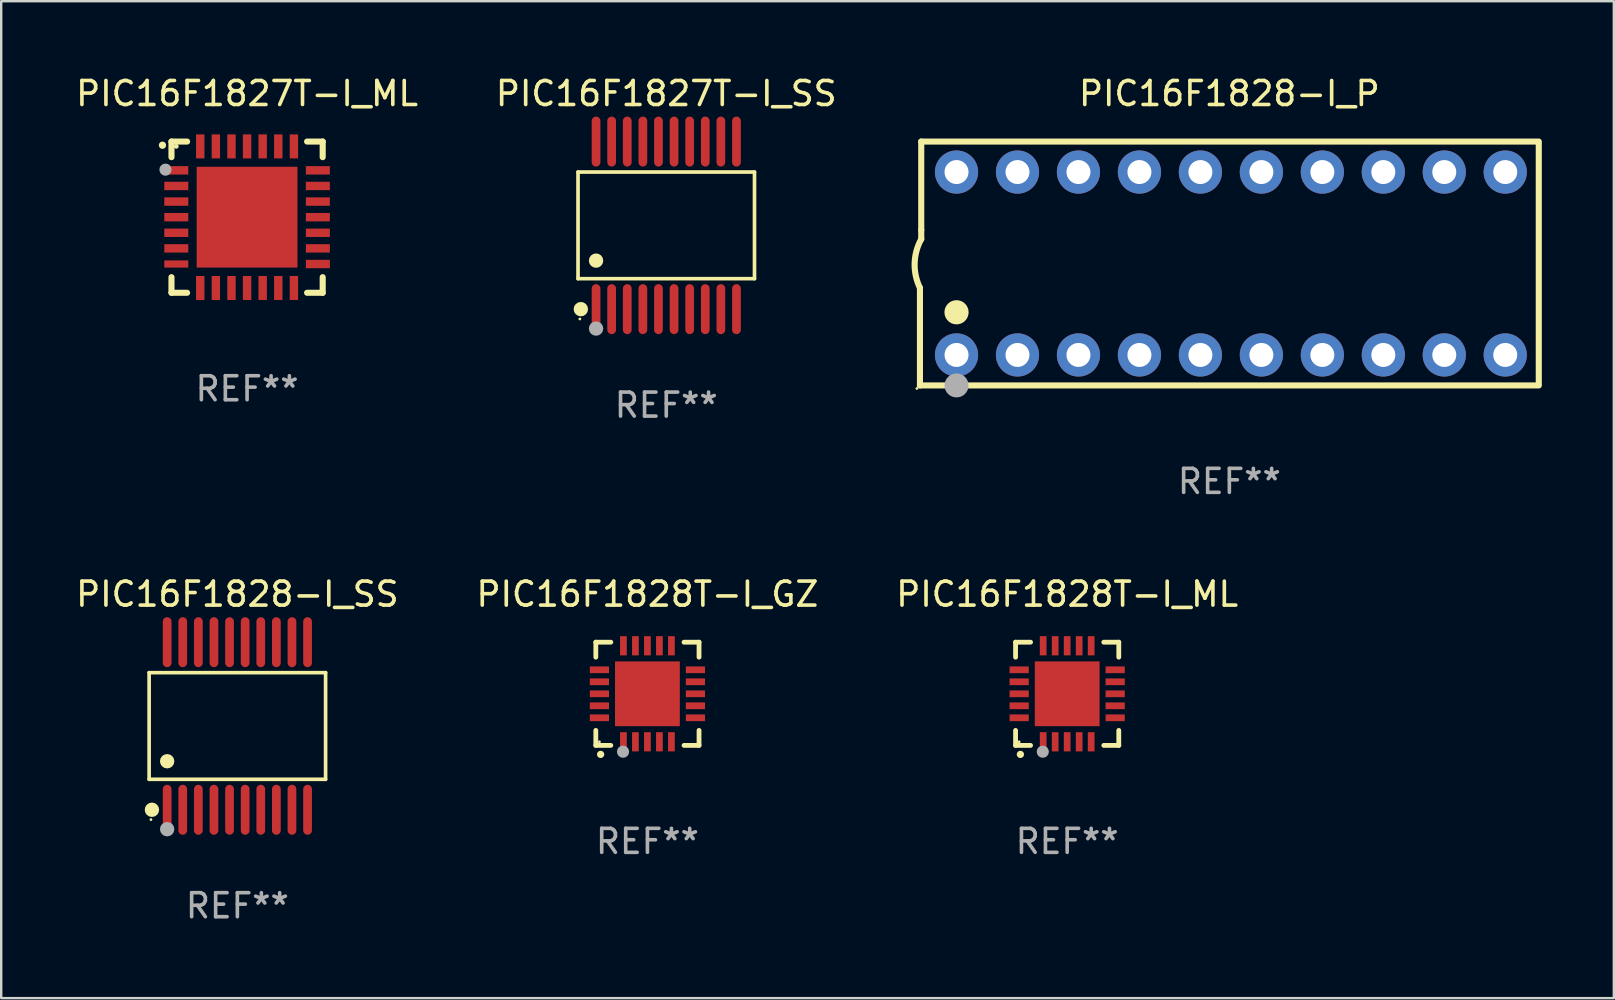
<source format=kicad_pcb>
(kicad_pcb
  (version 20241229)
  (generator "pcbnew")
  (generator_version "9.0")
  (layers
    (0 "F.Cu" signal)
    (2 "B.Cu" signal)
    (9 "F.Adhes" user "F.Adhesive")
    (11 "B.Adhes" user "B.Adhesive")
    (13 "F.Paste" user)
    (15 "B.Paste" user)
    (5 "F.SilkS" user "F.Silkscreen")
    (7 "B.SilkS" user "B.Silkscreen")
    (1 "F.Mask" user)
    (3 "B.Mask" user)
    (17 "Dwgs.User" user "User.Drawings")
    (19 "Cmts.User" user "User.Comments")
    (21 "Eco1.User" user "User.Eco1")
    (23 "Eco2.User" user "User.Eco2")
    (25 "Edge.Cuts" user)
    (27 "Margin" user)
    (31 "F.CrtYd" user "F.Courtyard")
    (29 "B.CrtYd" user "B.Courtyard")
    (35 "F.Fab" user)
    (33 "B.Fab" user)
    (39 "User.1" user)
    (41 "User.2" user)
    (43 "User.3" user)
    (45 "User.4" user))
  (footprint "PIC16F1828T-I_GZ"
    (layer "F.Cu")
    (at 23.923 25.855)
    (property "Reference" "PIC16F1828T-I_GZ" (at 0 -4.15 0) (layer "F.SilkS") (effects (font (size 1 1) (thickness 0.15))))
    (attr through_hole)
    (fp_line (start -2.15 -2.15) (end -2.15 -1.525) (stroke (width 0.2) (type solid)) (layer "F.SilkS"))
    (fp_line (start -2.15 2.15) (end -2.15 1.525) (stroke (width 0.2) (type solid)) (layer "F.SilkS"))
    (fp_line (start -1.525 -2.15) (end -2.15 -2.15) (stroke (width 0.2) (type solid)) (layer "F.SilkS"))
    (fp_line (start -1.525 2.15) (end -2.15 2.15) (stroke (width 0.2) (type solid)) (layer "F.SilkS"))
    (fp_line (start 1.525 2.15) (end 2.15 2.15) (stroke (width 0.2) (type solid)) (layer "F.SilkS"))
    (fp_line (start 2.15 -2.15) (end 1.525 -2.15) (stroke (width 0.2) (type solid)) (layer "F.SilkS"))
    (fp_line (start 2.15 -1.525) (end 2.15 -2.15) (stroke (width 0.2) (type solid)) (layer "F.SilkS"))
    (fp_line (start 2.15 2.15) (end 2.15 1.525) (stroke (width 0.2) (type solid)) (layer "F.SilkS"))
    (fp_arc (start -1.950724 2.524765) (mid -1.949454 2.52476) (end -1.948184 2.524765) (stroke (width 0.3) (type solid)) (layer "F.SilkS"))
    (fp_circle (center -2 2) (end -1.97 2) (stroke (width 0.06) (type solid)) (fill no) (layer "F.SilkS"))
    (fp_circle (center -1.016 2.413) (end -0.889 2.413) (stroke (width 0.254) (type solid)) (fill no) (layer "F.Fab"))
    (fp_text user "REF**" (at 0 6.15 0) (layer "F.Fab") (effects (font (size 1 1) (thickness 0.15))))
    (pad "1" smd rect (at -1 2 180) (size 0.28 0.8) (layers "F.Cu" "F.Mask" "F.Paste"))
    (pad "2" smd rect (at -0.5 2 180) (size 0.28 0.8) (layers "F.Cu" "F.Mask" "F.Paste"))
    (pad "3" smd rect (at 0 2 180) (size 0.28 0.8) (layers "F.Cu" "F.Mask" "F.Paste"))
    (pad "4" smd rect (at 0.5 2 180) (size 0.28 0.8) (layers "F.Cu" "F.Mask" "F.Paste"))
    (pad "5" smd rect (at 1 2 180) (size 0.28 0.8) (layers "F.Cu" "F.Mask" "F.Paste"))
    (pad "6" smd rect (at 2 1 90) (size 0.28 0.8) (layers "F.Cu" "F.Mask" "F.Paste"))
    (pad "7" smd rect (at 2 0.5 90) (size 0.28 0.8) (layers "F.Cu" "F.Mask" "F.Paste"))
    (pad "8" smd rect (at 2 0 90) (size 0.28 0.8) (layers "F.Cu" "F.Mask" "F.Paste"))
    (pad "9" smd rect (at 2 -0.5 90) (size 0.28 0.8) (layers "F.Cu" "F.Mask" "F.Paste"))
    (pad "10" smd rect (at 2 -1 90) (size 0.28 0.8) (layers "F.Cu" "F.Mask" "F.Paste"))
    (pad "11" smd rect (at 1 -2 180) (size 0.28 0.8) (layers "F.Cu" "F.Mask" "F.Paste"))
    (pad "12" smd rect (at 0.5 -2 180) (size 0.28 0.8) (layers "F.Cu" "F.Mask" "F.Paste"))
    (pad "13" smd rect (at 0 -2 180) (size 0.28 0.8) (layers "F.Cu" "F.Mask" "F.Paste"))
    (pad "14" smd rect (at -0.5 -2 180) (size 0.28 0.8) (layers "F.Cu" "F.Mask" "F.Paste"))
    (pad "15" smd rect (at -1 -2 180) (size 0.28 0.8) (layers "F.Cu" "F.Mask" "F.Paste"))
    (pad "16" smd rect (at -2 -1 90) (size 0.28 0.8) (layers "F.Cu" "F.Mask" "F.Paste"))
    (pad "17" smd rect (at -2 -0.5 90) (size 0.28 0.8) (layers "F.Cu" "F.Mask" "F.Paste"))
    (pad "18" smd rect (at -2 0 90) (size 0.28 0.8) (layers "F.Cu" "F.Mask" "F.Paste"))
    (pad "19" smd rect (at -2 0.5 90) (size 0.28 0.8) (layers "F.Cu" "F.Mask" "F.Paste"))
    (pad "20" smd rect (at -2 1 90) (size 0.28 0.8) (layers "F.Cu" "F.Mask" "F.Paste"))
    (pad "21" smd rect (at 0 0 90) (size 2.7 2.7) (layers "F.Cu" "F.Mask" "F.Paste")))
  (footprint "PIC16F1827T-I_SS"
    (layer "F.Cu")
    (at 24.708 6.339)
    (property "Reference" "PIC16F1827T-I_SS" (at 0 -5.491 0) (layer "F.SilkS") (effects (font (size 1 1) (thickness 0.15))))
    (attr through_hole)
    (fp_line (start -3.676 -2.221) (end 3.676 -2.221) (stroke (width 0.152) (type solid)) (layer "F.SilkS"))
    (fp_line (start -3.676 2.221) (end -3.676 -2.221) (stroke (width 0.152) (type solid)) (layer "F.SilkS"))
    (fp_line (start 3.676 -2.221) (end 3.676 2.221) (stroke (width 0.152) (type solid)) (layer "F.SilkS"))
    (fp_line (start 3.676 2.221) (end -3.676 2.221) (stroke (width 0.152) (type solid)) (layer "F.SilkS"))
    (fp_circle (center -3.6 3.9) (end -3.57 3.9) (stroke (width 0.06) (type solid)) (fill no) (layer "F.SilkS"))
    (fp_circle (center -3.559 3.491) (end -3.409 3.491) (stroke (width 0.3) (type solid)) (fill no) (layer "F.SilkS"))
    (fp_circle (center -2.925 1.469) (end -2.775 1.469) (stroke (width 0.3) (type solid)) (fill no) (layer "F.SilkS"))
    (fp_circle (center -2.925 4.3) (end -2.775 4.3) (stroke (width 0.3) (type solid)) (fill no) (layer "F.Fab"))
    (fp_text user "REF**" (at 0 7.491 0) (layer "F.Fab") (effects (font (size 1 1) (thickness 0.15))))
    (pad "1" smd oval (at -2.925 3.491) (size 0.364 2.082) (layers "F.Cu" "F.Mask" "F.Paste"))
    (pad "2" smd oval (at -2.275 3.491) (size 0.364 2.082) (layers "F.Cu" "F.Mask" "F.Paste"))
    (pad "3" smd oval (at -1.625 3.491) (size 0.364 2.082) (layers "F.Cu" "F.Mask" "F.Paste"))
    (pad "4" smd oval (at -0.975 3.491) (size 0.364 2.082) (layers "F.Cu" "F.Mask" "F.Paste"))
    (pad "5" smd oval (at -0.325 3.491) (size 0.364 2.082) (layers "F.Cu" "F.Mask" "F.Paste"))
    (pad "6" smd oval (at 0.325 3.491) (size 0.364 2.082) (layers "F.Cu" "F.Mask" "F.Paste"))
    (pad "7" smd oval (at 0.975 3.491) (size 0.364 2.082) (layers "F.Cu" "F.Mask" "F.Paste"))
    (pad "8" smd oval (at 1.625 3.491) (size 0.364 2.082) (layers "F.Cu" "F.Mask" "F.Paste"))
    (pad "9" smd oval (at 2.275 3.491) (size 0.364 2.082) (layers "F.Cu" "F.Mask" "F.Paste"))
    (pad "10" smd oval (at 2.925 3.491) (size 0.364 2.082) (layers "F.Cu" "F.Mask" "F.Paste"))
    (pad "11" smd oval (at 2.925 -3.491) (size 0.364 2.082) (layers "F.Cu" "F.Mask" "F.Paste"))
    (pad "12" smd oval (at 2.275 -3.491) (size 0.364 2.082) (layers "F.Cu" "F.Mask" "F.Paste"))
    (pad "13" smd oval (at 1.625 -3.491) (size 0.364 2.082) (layers "F.Cu" "F.Mask" "F.Paste"))
    (pad "14" smd oval (at 0.975 -3.491) (size 0.364 2.082) (layers "F.Cu" "F.Mask" "F.Paste"))
    (pad "15" smd oval (at 0.325 -3.491) (size 0.364 2.082) (layers "F.Cu" "F.Mask" "F.Paste"))
    (pad "16" smd oval (at -0.325 -3.491) (size 0.364 2.082) (layers "F.Cu" "F.Mask" "F.Paste"))
    (pad "17" smd oval (at -0.975 -3.491) (size 0.364 2.082) (layers "F.Cu" "F.Mask" "F.Paste"))
    (pad "18" smd oval (at -1.625 -3.491) (size 0.364 2.082) (layers "F.Cu" "F.Mask" "F.Paste"))
    (pad "19" smd oval (at -2.275 -3.491) (size 0.364 2.082) (layers "F.Cu" "F.Mask" "F.Paste"))
    (pad "20" smd oval (at -2.925 -3.491) (size 0.364 2.082) (layers "F.Cu" "F.Mask" "F.Paste")))
  (footprint "PIC16F1827T-I_ML"
    (layer "F.Cu")
    (at 7.244 5.998)
    (property "Reference" "PIC16F1827T-I_ML" (at 0 -5.15 0) (layer "F.SilkS") (effects (font (size 1 1) (thickness 0.15))))
    (attr through_hole)
    (fp_line (start -3.15 -3.15) (end -2.5 -3.15) (stroke (width 0.254) (type solid)) (layer "F.SilkS"))
    (fp_line (start -3.15 -2.5) (end -3.15 -3.15) (stroke (width 0.254) (type solid)) (layer "F.SilkS"))
    (fp_line (start -3.15 3.15) (end -3.15 2.5) (stroke (width 0.254) (type solid)) (layer "F.SilkS"))
    (fp_line (start -2.5 3.15) (end -3.15 3.15) (stroke (width 0.254) (type solid)) (layer "F.SilkS"))
    (fp_line (start 2.5 -3.15) (end 3.15 -3.15) (stroke (width 0.254) (type solid)) (layer "F.SilkS"))
    (fp_line (start 2.5 3.15) (end 3.15 3.15) (stroke (width 0.254) (type solid)) (layer "F.SilkS"))
    (fp_line (start 3.15 -3.15) (end 3.15 -2.5) (stroke (width 0.254) (type solid)) (layer "F.SilkS"))
    (fp_line (start 3.15 3.15) (end 3.15 2.5) (stroke (width 0.254) (type solid)) (layer "F.SilkS"))
    (fp_arc (start -3.525527 -2.997206) (mid -3.525532 -2.998476) (end -3.525527 -2.999746) (stroke (width 0.3) (type solid)) (layer "F.SilkS"))
    (fp_circle (center -2.95 -2.95) (end -2.9 -2.95) (stroke (width 0.1) (type solid)) (fill no) (layer "F.SilkS"))
    (fp_circle (center -3.4 -1.98) (end -3.273 -1.98) (stroke (width 0.254) (type solid)) (fill no) (layer "F.Fab"))
    (fp_text user "REF**" (at 0 7.15 0) (layer "F.Fab") (effects (font (size 1 1) (thickness 0.15))))
    (pad "1" smd rect (at -2.949 -1.951 90) (size 0.35 1) (layers "F.Cu" "F.Mask" "F.Paste"))
    (pad "2" smd rect (at -2.949 -1.301 90) (size 0.35 1) (layers "F.Cu" "F.Mask" "F.Paste"))
    (pad "3" smd rect (at -2.949 -0.65 90) (size 0.35 1) (layers "F.Cu" "F.Mask" "F.Paste"))
    (pad "4" smd rect (at -2.949 -0.000025 90) (size 0.35 1) (layers "F.Cu" "F.Mask" "F.Paste"))
    (pad "5" smd rect (at -2.949 0.65 90) (size 0.35 1) (layers "F.Cu" "F.Mask" "F.Paste"))
    (pad "6" smd rect (at -2.949 1.3 90) (size 0.35 1) (layers "F.Cu" "F.Mask" "F.Paste"))
    (pad "7" smd rect (at -2.949 1.951 90) (size 0.3 1) (layers "F.Cu" "F.Mask" "F.Paste"))
    (pad "8" smd rect (at -1.951 2.949) (size 0.35 1) (layers "F.Cu" "F.Mask" "F.Paste"))
    (pad "9" smd rect (at -1.301 2.949) (size 0.35 1) (layers "F.Cu" "F.Mask" "F.Paste"))
    (pad "10" smd rect (at -0.65 2.949) (size 0.35 1) (layers "F.Cu" "F.Mask" "F.Paste"))
    (pad "11" smd rect (at -0.000076 2.949) (size 0.35 1) (layers "F.Cu" "F.Mask" "F.Paste"))
    (pad "12" smd rect (at 0.65 2.949) (size 0.35 1) (layers "F.Cu" "F.Mask" "F.Paste"))
    (pad "13" smd rect (at 1.3 2.949) (size 0.35 1) (layers "F.Cu" "F.Mask" "F.Paste"))
    (pad "14" smd rect (at 1.951 2.949) (size 0.35 1) (layers "F.Cu" "F.Mask" "F.Paste"))
    (pad "15" smd rect (at 2.949 1.951 90) (size 0.35 1) (layers "F.Cu" "F.Mask" "F.Paste"))
    (pad "16" smd rect (at 2.949 1.3 90) (size 0.35 1) (layers "F.Cu" "F.Mask" "F.Paste"))
    (pad "17" smd rect (at 2.949 0.65 90) (size 0.35 1) (layers "F.Cu" "F.Mask" "F.Paste"))
    (pad "18" smd rect (at 2.949 -0.000025 90) (size 0.35 1) (layers "F.Cu" "F.Mask" "F.Paste"))
    (pad "19" smd rect (at 2.949 -0.65 90) (size 0.35 1) (layers "F.Cu" "F.Mask" "F.Paste"))
    (pad "20" smd rect (at 2.949 -1.301 90) (size 0.35 1) (layers "F.Cu" "F.Mask" "F.Paste"))
    (pad "21" smd rect (at 2.949 -1.951 90) (size 0.35 1) (layers "F.Cu" "F.Mask" "F.Paste"))
    (pad "22" smd rect (at 1.951 -2.949) (size 0.35 1) (layers "F.Cu" "F.Mask" "F.Paste"))
    (pad "23" smd rect (at 1.3 -2.949) (size 0.35 1) (layers "F.Cu" "F.Mask" "F.Paste"))
    (pad "24" smd rect (at 0.65 -2.949) (size 0.35 1) (layers "F.Cu" "F.Mask" "F.Paste"))
    (pad "25" smd rect (at -0.000076 -2.949) (size 0.35 1) (layers "F.Cu" "F.Mask" "F.Paste"))
    (pad "26" smd rect (at -0.65 -2.949) (size 0.35 1) (layers "F.Cu" "F.Mask" "F.Paste"))
    (pad "27" smd rect (at -1.301 -2.949) (size 0.35 1) (layers "F.Cu" "F.Mask" "F.Paste"))
    (pad "28" smd rect (at -1.951 -2.949) (size 0.35 1) (layers "F.Cu" "F.Mask" "F.Paste"))
    (pad "29" smd rect (at -0.000076 -0.000025) (size 4.2 4.2) (layers "F.Cu" "F.Mask" "F.Paste")))
  (footprint "PIC16F1828-I_SS"
    (layer "F.Cu")
    (at 6.839 27.196)
    (property "Reference" "PIC16F1828-I_SS" (at 0 -5.491 0) (layer "F.SilkS") (effects (font (size 1 1) (thickness 0.15))))
    (attr through_hole)
    (fp_line (start -3.676 -2.221) (end 3.676 -2.221) (stroke (width 0.152) (type solid)) (layer "F.SilkS"))
    (fp_line (start -3.676 2.221) (end -3.676 -2.221) (stroke (width 0.152) (type solid)) (layer "F.SilkS"))
    (fp_line (start 3.676 -2.221) (end 3.676 2.221) (stroke (width 0.152) (type solid)) (layer "F.SilkS"))
    (fp_line (start 3.676 2.221) (end -3.676 2.221) (stroke (width 0.152) (type solid)) (layer "F.SilkS"))
    (fp_circle (center -3.6 3.9) (end -3.57 3.9) (stroke (width 0.06) (type solid)) (fill no) (layer "F.SilkS"))
    (fp_circle (center -3.559 3.491) (end -3.409 3.491) (stroke (width 0.3) (type solid)) (fill no) (layer "F.SilkS"))
    (fp_circle (center -2.925 1.469) (end -2.775 1.469) (stroke (width 0.3) (type solid)) (fill no) (layer "F.SilkS"))
    (fp_circle (center -2.925 4.3) (end -2.775 4.3) (stroke (width 0.3) (type solid)) (fill no) (layer "F.Fab"))
    (fp_text user "REF**" (at 0 7.491 0) (layer "F.Fab") (effects (font (size 1 1) (thickness 0.15))))
    (pad "1" smd oval (at -2.925 3.491) (size 0.364 2.082) (layers "F.Cu" "F.Mask" "F.Paste"))
    (pad "2" smd oval (at -2.275 3.491) (size 0.364 2.082) (layers "F.Cu" "F.Mask" "F.Paste"))
    (pad "3" smd oval (at -1.625 3.491) (size 0.364 2.082) (layers "F.Cu" "F.Mask" "F.Paste"))
    (pad "4" smd oval (at -0.975 3.491) (size 0.364 2.082) (layers "F.Cu" "F.Mask" "F.Paste"))
    (pad "5" smd oval (at -0.325 3.491) (size 0.364 2.082) (layers "F.Cu" "F.Mask" "F.Paste"))
    (pad "6" smd oval (at 0.325 3.491) (size 0.364 2.082) (layers "F.Cu" "F.Mask" "F.Paste"))
    (pad "7" smd oval (at 0.975 3.491) (size 0.364 2.082) (layers "F.Cu" "F.Mask" "F.Paste"))
    (pad "8" smd oval (at 1.625 3.491) (size 0.364 2.082) (layers "F.Cu" "F.Mask" "F.Paste"))
    (pad "9" smd oval (at 2.275 3.491) (size 0.364 2.082) (layers "F.Cu" "F.Mask" "F.Paste"))
    (pad "10" smd oval (at 2.925 3.491) (size 0.364 2.082) (layers "F.Cu" "F.Mask" "F.Paste"))
    (pad "11" smd oval (at 2.925 -3.491) (size 0.364 2.082) (layers "F.Cu" "F.Mask" "F.Paste"))
    (pad "12" smd oval (at 2.275 -3.491) (size 0.364 2.082) (layers "F.Cu" "F.Mask" "F.Paste"))
    (pad "13" smd oval (at 1.625 -3.491) (size 0.364 2.082) (layers "F.Cu" "F.Mask" "F.Paste"))
    (pad "14" smd oval (at 0.975 -3.491) (size 0.364 2.082) (layers "F.Cu" "F.Mask" "F.Paste"))
    (pad "15" smd oval (at 0.325 -3.491) (size 0.364 2.082) (layers "F.Cu" "F.Mask" "F.Paste"))
    (pad "16" smd oval (at -0.325 -3.491) (size 0.364 2.082) (layers "F.Cu" "F.Mask" "F.Paste"))
    (pad "17" smd oval (at -0.975 -3.491) (size 0.364 2.082) (layers "F.Cu" "F.Mask" "F.Paste"))
    (pad "18" smd oval (at -1.625 -3.491) (size 0.364 2.082) (layers "F.Cu" "F.Mask" "F.Paste"))
    (pad "19" smd oval (at -2.275 -3.491) (size 0.364 2.082) (layers "F.Cu" "F.Mask" "F.Paste"))
    (pad "20" smd oval (at -2.925 -3.491) (size 0.364 2.082) (layers "F.Cu" "F.Mask" "F.Paste")))
  (footprint "PIC16F1828T-I_ML"
    (layer "F.Cu")
    (at 41.411 25.855)
    (property "Reference" "PIC16F1828T-I_ML" (at 0 -4.15 0) (layer "F.SilkS") (effects (font (size 1 1) (thickness 0.15))))
    (attr through_hole)
    (fp_line (start -2.15 -2.15) (end -2.15 -1.525) (stroke (width 0.2) (type solid)) (layer "F.SilkS"))
    (fp_line (start -2.15 2.15) (end -2.15 1.525) (stroke (width 0.2) (type solid)) (layer "F.SilkS"))
    (fp_line (start -1.525 -2.15) (end -2.15 -2.15) (stroke (width 0.2) (type solid)) (layer "F.SilkS"))
    (fp_line (start -1.525 2.15) (end -2.15 2.15) (stroke (width 0.2) (type solid)) (layer "F.SilkS"))
    (fp_line (start 1.525 2.15) (end 2.15 2.15) (stroke (width 0.2) (type solid)) (layer "F.SilkS"))
    (fp_line (start 2.15 -2.15) (end 1.525 -2.15) (stroke (width 0.2) (type solid)) (layer "F.SilkS"))
    (fp_line (start 2.15 -1.525) (end 2.15 -2.15) (stroke (width 0.2) (type solid)) (layer "F.SilkS"))
    (fp_line (start 2.15 2.15) (end 2.15 1.525) (stroke (width 0.2) (type solid)) (layer "F.SilkS"))
    (fp_arc (start -1.950724 2.524765) (mid -1.949454 2.52476) (end -1.948184 2.524765) (stroke (width 0.3) (type solid)) (layer "F.SilkS"))
    (fp_circle (center -2 2) (end -1.97 2) (stroke (width 0.06) (type solid)) (fill no) (layer "F.SilkS"))
    (fp_circle (center -1.016 2.413) (end -0.889 2.413) (stroke (width 0.254) (type solid)) (fill no) (layer "F.Fab"))
    (fp_text user "REF**" (at 0 6.15 0) (layer "F.Fab") (effects (font (size 1 1) (thickness 0.15))))
    (pad "1" smd rect (at -1 2) (size 0.28 0.8) (layers "F.Cu" "F.Mask" "F.Paste"))
    (pad "2" smd rect (at -0.5 2) (size 0.28 0.8) (layers "F.Cu" "F.Mask" "F.Paste"))
    (pad "3" smd rect (at 0 2) (size 0.28 0.8) (layers "F.Cu" "F.Mask" "F.Paste"))
    (pad "4" smd rect (at 0.5 2) (size 0.28 0.8) (layers "F.Cu" "F.Mask" "F.Paste"))
    (pad "5" smd rect (at 1 2) (size 0.28 0.8) (layers "F.Cu" "F.Mask" "F.Paste"))
    (pad "6" smd rect (at 2 1) (size 0.8 0.28) (layers "F.Cu" "F.Mask" "F.Paste"))
    (pad "7" smd rect (at 2 0.5) (size 0.8 0.28) (layers "F.Cu" "F.Mask" "F.Paste"))
    (pad "8" smd rect (at 2 0) (size 0.8 0.28) (layers "F.Cu" "F.Mask" "F.Paste"))
    (pad "9" smd rect (at 2 -0.5) (size 0.8 0.28) (layers "F.Cu" "F.Mask" "F.Paste"))
    (pad "10" smd rect (at 2 -1) (size 0.8 0.28) (layers "F.Cu" "F.Mask" "F.Paste"))
    (pad "11" smd rect (at 1 -2) (size 0.28 0.8) (layers "F.Cu" "F.Mask" "F.Paste"))
    (pad "12" smd rect (at 0.5 -2) (size 0.28 0.8) (layers "F.Cu" "F.Mask" "F.Paste"))
    (pad "13" smd rect (at 0 -2) (size 0.28 0.8) (layers "F.Cu" "F.Mask" "F.Paste"))
    (pad "14" smd rect (at -0.5 -2) (size 0.28 0.8) (layers "F.Cu" "F.Mask" "F.Paste"))
    (pad "15" smd rect (at -1 -2) (size 0.28 0.8) (layers "F.Cu" "F.Mask" "F.Paste"))
    (pad "16" smd rect (at -2 -1) (size 0.8 0.28) (layers "F.Cu" "F.Mask" "F.Paste"))
    (pad "17" smd rect (at -2 -0.5) (size 0.8 0.28) (layers "F.Cu" "F.Mask" "F.Paste"))
    (pad "18" smd rect (at -2 0) (size 0.8 0.28) (layers "F.Cu" "F.Mask" "F.Paste"))
    (pad "19" smd rect (at -2 0.5) (size 0.8 0.28) (layers "F.Cu" "F.Mask" "F.Paste"))
    (pad "20" smd rect (at -2 1) (size 0.8 0.28) (layers "F.Cu" "F.Mask" "F.Paste"))
    (pad "21" smd rect (at 0 0) (size 2.7 2.7) (layers "F.Cu" "F.Mask" "F.Paste")))
  (footprint "PIC16F1828-I_P"
    (layer "F.Cu")
    (at 48.168 7.928)
    (property "Reference" "PIC16F1828-I_P" (at 0 -7.08 0) (layer "F.SilkS") (effects (font (size 1 1) (thickness 0.15))))
    (attr through_hole)
    (fp_line (start -12.891 5.08) (end -12.891 1.016) (stroke (width 0.254) (type solid)) (layer "F.SilkS"))
    (fp_line (start -12.891 5.08) (end 12.891 5.08) (stroke (width 0.254) (type solid)) (layer "F.SilkS"))
    (fp_line (start -12.837 -5.08) (end -12.837 -1.397) (stroke (width 0.254) (type solid)) (layer "F.SilkS"))
    (fp_line (start -12.837 -5.08) (end 12.891 -5.08) (stroke (width 0.254) (type solid)) (layer "F.SilkS"))
    (fp_line (start -12.837 -1.397) (end -12.837 -1.016) (stroke (width 0.254) (type solid)) (layer "F.SilkS"))
    (fp_line (start 12.891 -5) (end 12.891 5) (stroke (width 0.254) (type solid)) (layer "F.SilkS"))
    (fp_arc (start -12.890526 1.016002) (mid -13.111945 -0.006602) (end -12.836525 -1.016002) (stroke (width 0.254001) (type solid)) (layer "F.SilkS"))
    (fp_circle (center -13.018 5.207) (end -12.988 5.207) (stroke (width 0.06) (type solid)) (fill no) (layer "F.SilkS"))
    (fp_circle (center -11.367 2.032) (end -11.113 2.032) (stroke (width 0.5) (type solid)) (fill no) (layer "F.SilkS"))
    (fp_circle (center -11.367 5.08) (end -11.117 5.08) (stroke (width 0.5) (type solid)) (fill no) (layer "F.Fab"))
    (fp_text user "REF**" (at 0 9.08 0) (layer "F.Fab") (effects (font (size 1 1) (thickness 0.15))))
    (pad "1" thru_hole circle (at -11.367 3.81) (size 1.8 1.8) (drill 1) (layers "*.Cu" "*.Mask"))
    (pad "2" thru_hole circle (at -8.827 3.81) (size 1.8 1.8) (drill 1) (layers "*.Cu" "*.Mask"))
    (pad "3" thru_hole circle (at -6.287 3.81) (size 1.8 1.8) (drill 1) (layers "*.Cu" "*.Mask"))
    (pad "4" thru_hole circle (at -3.747 3.81) (size 1.8 1.8) (drill 1) (layers "*.Cu" "*.Mask"))
    (pad "5" thru_hole circle (at -1.207 3.81) (size 1.8 1.8) (drill 1) (layers "*.Cu" "*.Mask"))
    (pad "6" thru_hole circle (at 1.334 3.81) (size 1.8 1.8) (drill 1) (layers "*.Cu" "*.Mask"))
    (pad "7" thru_hole circle (at 3.874 3.81) (size 1.8 1.8) (drill 1) (layers "*.Cu" "*.Mask"))
    (pad "8" thru_hole circle (at 6.414 3.81) (size 1.8 1.8) (drill 1) (layers "*.Cu" "*.Mask"))
    (pad "9" thru_hole circle (at 8.954 3.81) (size 1.8 1.8) (drill 1) (layers "*.Cu" "*.Mask"))
    (pad "10" thru_hole circle (at 11.494 3.81) (size 1.8 1.8) (drill 1) (layers "*.Cu" "*.Mask"))
    (pad "11" thru_hole circle (at 11.494 -3.81) (size 1.8 1.8) (drill 1) (layers "*.Cu" "*.Mask"))
    (pad "12" thru_hole circle (at 8.954 -3.81) (size 1.8 1.8) (drill 1) (layers "*.Cu" "*.Mask"))
    (pad "13" thru_hole circle (at 6.414 -3.81) (size 1.8 1.8) (drill 1) (layers "*.Cu" "*.Mask"))
    (pad "14" thru_hole circle (at 3.874 -3.81) (size 1.8 1.8) (drill 1) (layers "*.Cu" "*.Mask"))
    (pad "15" thru_hole circle (at 1.334 -3.81) (size 1.8 1.8) (drill 1) (layers "*.Cu" "*.Mask"))
    (pad "16" thru_hole circle (at -1.207 -3.81) (size 1.8 1.8) (drill 1) (layers "*.Cu" "*.Mask"))
    (pad "17" thru_hole circle (at -3.747 -3.81) (size 1.8 1.8) (drill 1) (layers "*.Cu" "*.Mask"))
    (pad "18" thru_hole circle (at -6.287 -3.81) (size 1.8 1.8) (drill 1) (layers "*.Cu" "*.Mask"))
    (pad "19" thru_hole circle (at -8.827 -3.81) (size 1.8 1.8) (drill 1) (layers "*.Cu" "*.Mask"))
    (pad "20" thru_hole circle (at -11.367 -3.81) (size 1.8 1.8) (drill 1) (layers "*.Cu" "*.Mask")))
  (gr_rect
    (start -3 -3)
    (end 64.186 38.535)
    (stroke (width 0.1) (type default))
    (fill no)
    (layer "Edge.Cuts")))
</source>
